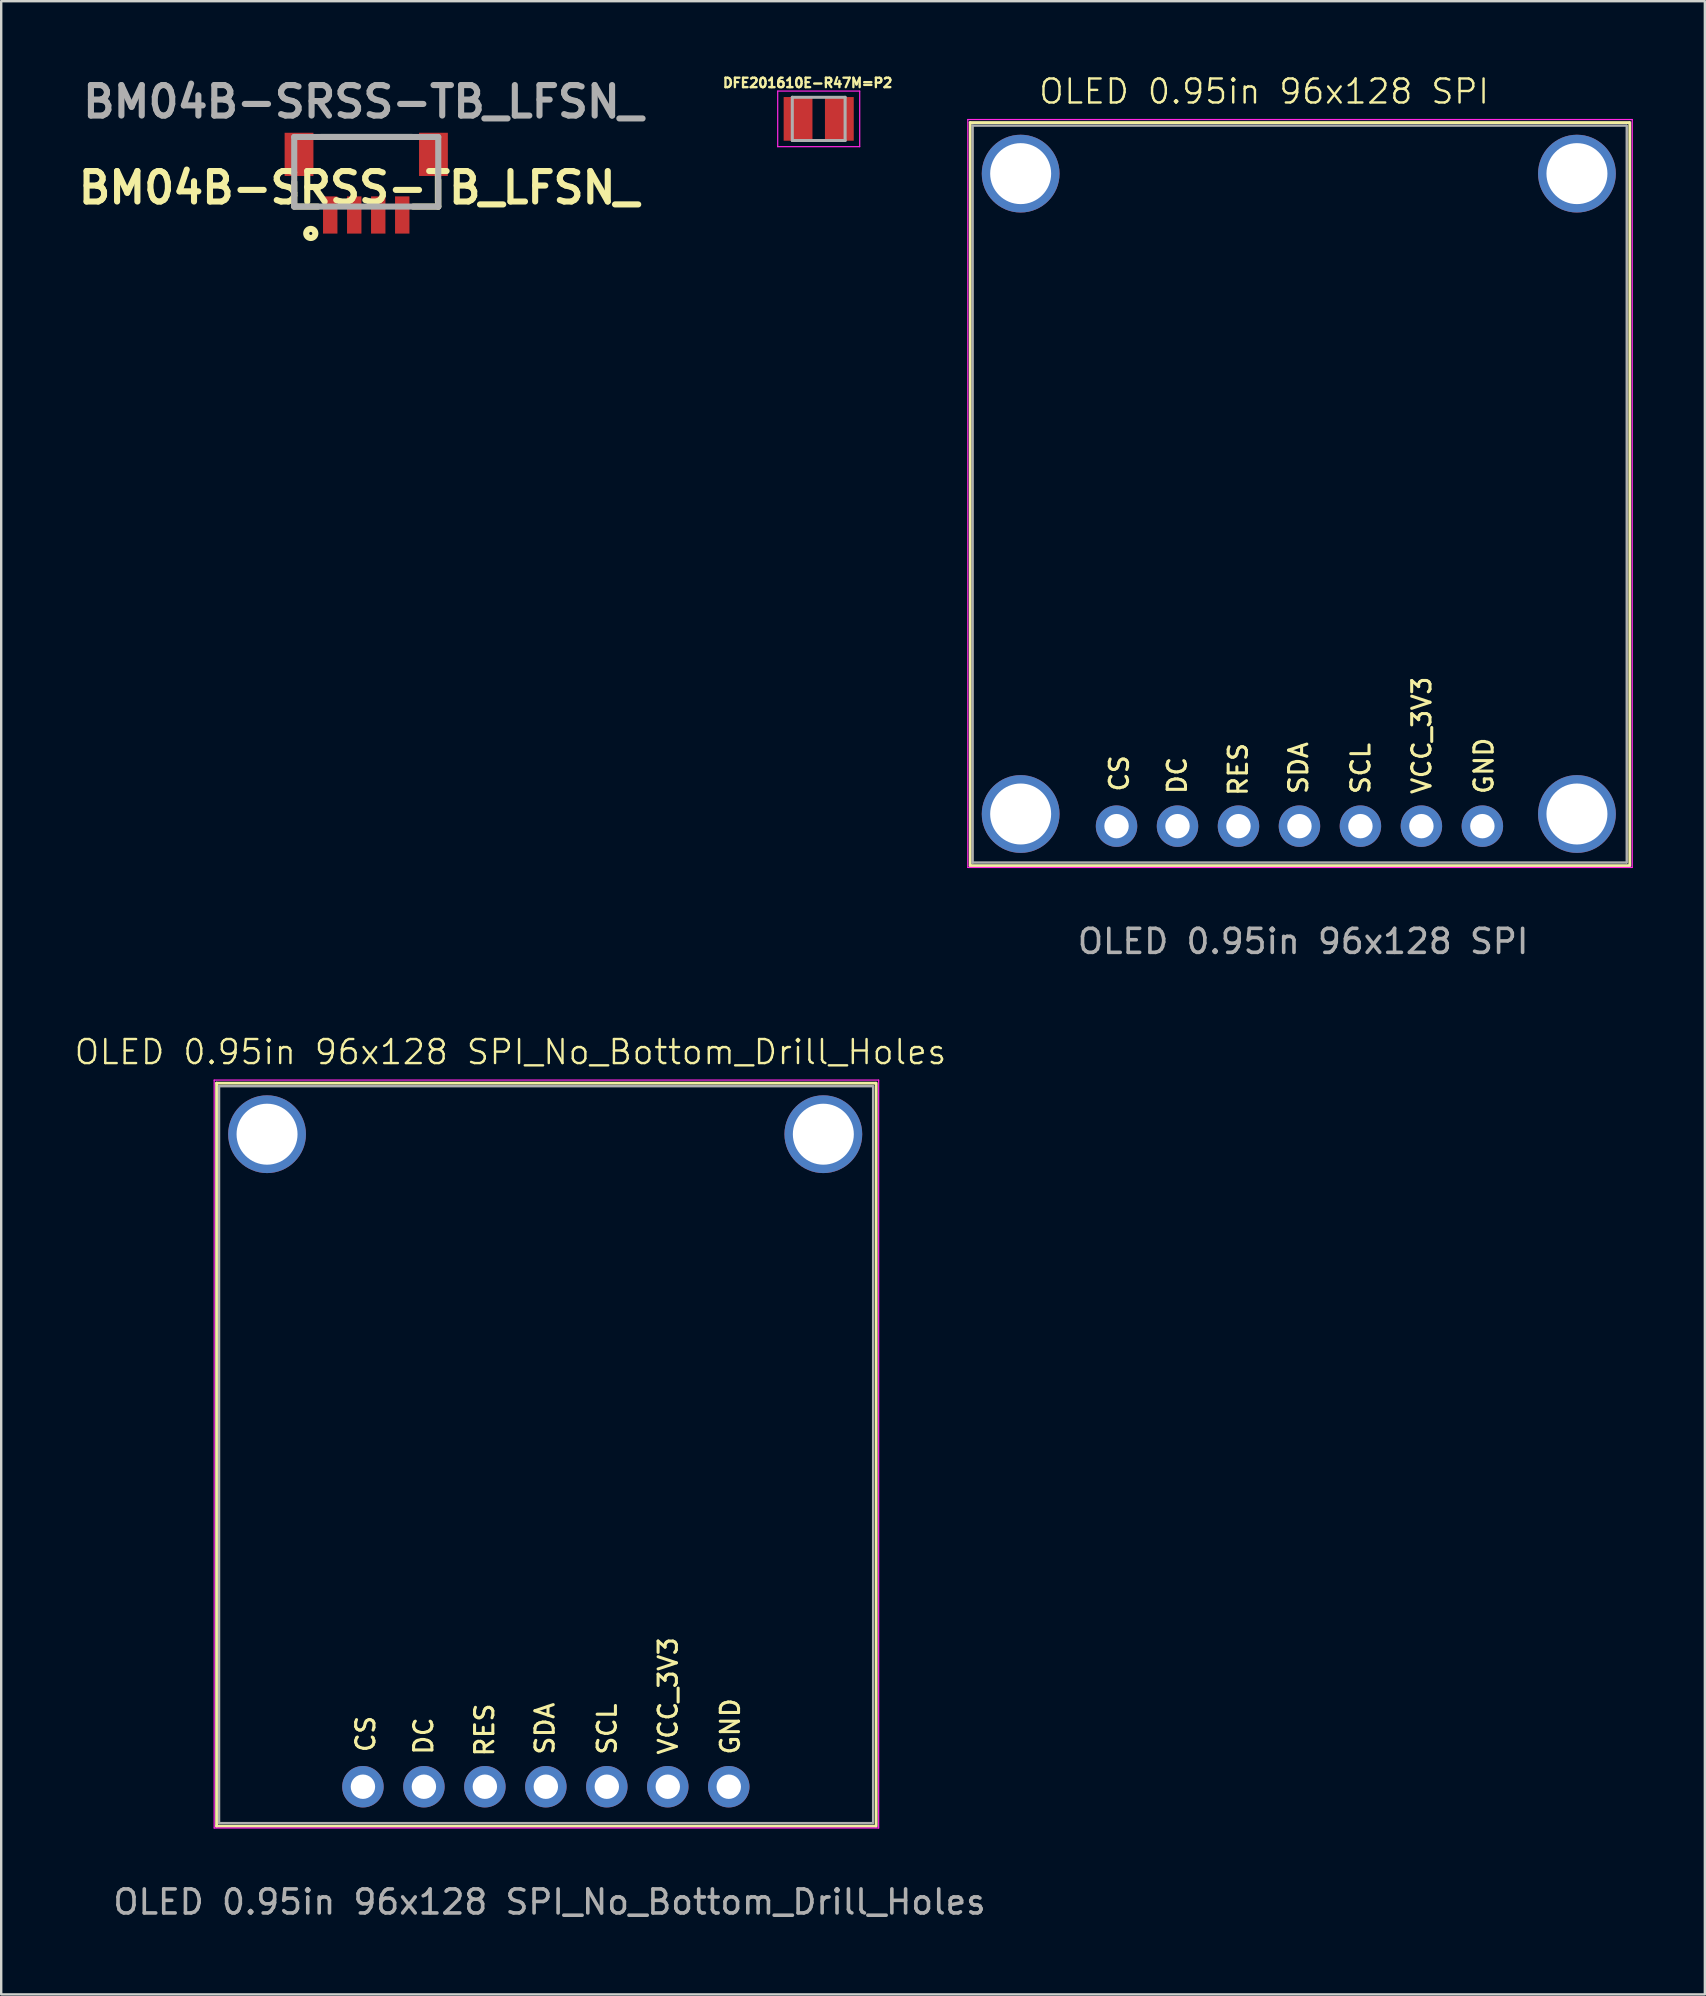
<source format=kicad_pcb>
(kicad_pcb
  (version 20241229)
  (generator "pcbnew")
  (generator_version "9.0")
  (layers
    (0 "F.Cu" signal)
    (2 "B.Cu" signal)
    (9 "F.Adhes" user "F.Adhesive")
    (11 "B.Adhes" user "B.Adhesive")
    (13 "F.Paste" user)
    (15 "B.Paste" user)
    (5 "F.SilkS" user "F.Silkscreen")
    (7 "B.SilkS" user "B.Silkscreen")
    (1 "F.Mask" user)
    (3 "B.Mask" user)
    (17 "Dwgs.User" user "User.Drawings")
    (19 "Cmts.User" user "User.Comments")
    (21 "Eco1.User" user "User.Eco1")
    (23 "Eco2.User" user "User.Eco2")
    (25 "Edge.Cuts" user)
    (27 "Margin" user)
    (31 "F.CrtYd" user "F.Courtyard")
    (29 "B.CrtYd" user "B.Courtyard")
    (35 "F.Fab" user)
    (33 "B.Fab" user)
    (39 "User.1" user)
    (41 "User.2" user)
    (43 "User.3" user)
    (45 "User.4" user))
  (footprint "BM04B-SRSS-TB_LFSN_"
    (layer "F.Cu")
    (at 9.207 5.456)
    (property "Reference" "BM04B-SRSS-TB_LFSN_" (at 2.689 -0.686 0) (layer "F.SilkS") (effects (font (size 1.27 1.27) (thickness 0.254))))
    (attr smd)
    (fp_line (start 0 0) (end 0 -0.928) (stroke (width 0.254) (type solid)) (layer "F.SilkS"))
    (fp_line (start 0 0.1) (end 0.987 0.1) (stroke (width 0.254) (type solid)) (layer "F.SilkS"))
    (fp_line (start 1.113 -2.8) (end 4.901 -2.8) (stroke (width 0.254) (type solid)) (layer "F.SilkS"))
    (fp_line (start 6 0.1) (end 4.955 0.1) (stroke (width 0.254) (type solid)) (layer "F.SilkS"))
    (fp_line (start 6 0.1) (end 6 -1.009) (stroke (width 0.254) (type solid)) (layer "F.SilkS"))
    (fp_circle (center 0.689 1.219) (end 0.689 1.282) (stroke (width 0.254) (type solid)) (fill no) (layer "F.SilkS"))
    (fp_line (start 0 -2.8) (end 6 -2.8) (stroke (width 0.254) (type solid)) (layer "F.Fab"))
    (fp_line (start 0 0.1) (end 0 -2.8) (stroke (width 0.254) (type solid)) (layer "F.Fab"))
    (fp_line (start 6 -2.8) (end 6 0.1) (stroke (width 0.254) (type solid)) (layer "F.Fab"))
    (fp_line (start 6 0.1) (end 0 0.1) (stroke (width 0.254) (type solid)) (layer "F.Fab"))
    (fp_text user "${REFERENCE}" (at 2.87 -4.267 0) (layer "F.Fab") (effects (font (size 1.27 1.27) (thickness 0.254))))
    (pad "1" smd rect (at 1.5 0.45) (size 0.6 1.55) (layers "F.Cu" "F.Mask" "F.Paste"))
    (pad "2" smd rect (at 2.5 0.45) (size 0.6 1.55) (layers "F.Cu" "F.Mask" "F.Paste"))
    (pad "3" smd rect (at 3.5 0.45) (size 0.6 1.55) (layers "F.Cu" "F.Mask" "F.Paste"))
    (pad "4" smd rect (at 4.5 0.45) (size 0.6 1.55) (layers "F.Cu" "F.Mask" "F.Paste"))
    (pad "5" smd rect (at 0.2 -2.075) (size 1.2 1.8) (layers "F.Cu" "F.Mask" "F.Paste"))
    (pad "6" smd rect (at 5.8 -2.075) (size 1.2 1.8) (layers "F.Cu" "F.Mask" "F.Paste")))
  (footprint "OLED 0.95in 96x128 SPI_No_Bottom_Drill_Holes"
    (layer "F.Cu")
    (at 6.075 42.199)
    (property "Reference" "OLED 0.95in 96x128 SPI_No_Bottom_Drill_Holes" (at 12.141 -1.422 0) (unlocked yes) (layer "F.SilkS") (effects (font (size 1 1) (thickness 0.1))))
    (attr through_hole)
    (fp_line (start -0.102 -0.127) (end -0.102 30.827) (stroke (width 0.12) (type solid)) (layer "F.SilkS"))
    (fp_line (start 27.351 -0.127) (end -0.102 -0.127) (stroke (width 0.12) (type solid)) (layer "F.SilkS"))
    (fp_line (start 27.351 30.827) (end -0.102 30.827) (stroke (width 0.12) (type solid)) (layer "F.SilkS"))
    (fp_line (start 27.376 30.827) (end 27.376 -0.127) (stroke (width 0.12) (type solid)) (layer "F.SilkS"))
    (fp_line (start -0.203 -0.254) (end -0.203 30.903) (stroke (width 0.05) (type solid)) (layer "F.CrtYd"))
    (fp_line (start 27.478 -0.254) (end -0.203 -0.254) (stroke (width 0.05) (type solid)) (layer "F.CrtYd"))
    (fp_line (start 27.478 30.903) (end -0.203 30.903) (stroke (width 0.05) (type solid)) (layer "F.CrtYd"))
    (fp_line (start 27.478 30.903) (end 27.478 -0.254) (stroke (width 0.05) (type solid)) (layer "F.CrtYd"))
    (fp_line (start 0 30.7) (end 0 0) (stroke (width 0.1) (type solid)) (layer "F.Fab"))
    (fp_line (start 27.224 0) (end 0 0) (stroke (width 0.1) (type solid)) (layer "F.Fab"))
    (fp_line (start 27.224 30.7) (end 0 30.7) (stroke (width 0.1) (type solid)) (layer "F.Fab"))
    (fp_line (start 27.249 0) (end 27.249 30.7) (stroke (width 0.1) (type solid)) (layer "F.Fab"))
    (fp_text user "RES" (at 11.506 27.991 90) (unlocked yes) (layer "F.SilkS") (effects (font (size 0.762 0.762) (thickness 0.127) (bold yes)) (justify left bottom)))
    (fp_text user "VCC_3V3" (at 19.152 27.915 90) (unlocked yes) (layer "F.SilkS") (effects (font (size 0.762 0.762) (thickness 0.127) (bold yes)) (justify left bottom)))
    (fp_text user "CS" (at 6.553 27.813 90) (unlocked yes) (layer "F.SilkS") (effects (font (size 0.762 0.762) (thickness 0.127) (bold yes)) (justify left bottom)))
    (fp_text user "SDA" (at 14.021 27.915 90) (unlocked yes) (layer "F.SilkS") (effects (font (size 0.762 0.762) (thickness 0.127) (bold yes)) (justify left bottom)))
    (fp_text user "SCL" (at 16.612 27.915 90) (unlocked yes) (layer "F.SilkS") (effects (font (size 0.762 0.762) (thickness 0.127) (bold yes)) (justify left bottom)))
    (fp_text user "GND" (at 21.742 27.915 90) (unlocked yes) (layer "F.SilkS") (effects (font (size 0.762 0.762) (thickness 0.127) (bold yes)) (justify left bottom)))
    (fp_text user "DC" (at 8.966 27.915 90) (unlocked yes) (layer "F.SilkS") (effects (font (size 0.762 0.762) (thickness 0.127) (bold yes)) (justify left bottom)))
    (fp_text user "${REFERENCE}" (at 13.767 33.985 0) (unlocked yes) (layer "F.Fab") (effects (font (size 1 1) (thickness 0.15))))
    (pad "" np_thru_hole circle (at 2 2 270) (size 3.24 3.24) (drill 2.54) (layers "*.Cu" "*.Mask"))
    (pad "" np_thru_hole circle (at 25.174 2 270) (size 3.24 3.24) (drill 2.54) (layers "*.Cu" "*.Mask"))
    (pad "1" thru_hole oval (at 5.994 29.183) (size 1.727 1.727) (drill 1.016) (layers "*.Cu" "*.Mask"))
    (pad "2" thru_hole oval (at 8.534 29.183) (size 1.727 1.727) (drill 1.016) (layers "*.Cu" "*.Mask"))
    (pad "3" thru_hole oval (at 11.074 29.183) (size 1.727 1.727) (drill 1.016) (layers "*.Cu" "*.Mask"))
    (pad "4" thru_hole oval (at 13.614 29.183) (size 1.727 1.727) (drill 1.016) (layers "*.Cu" "*.Mask"))
    (pad "5" thru_hole oval (at 16.154 29.183) (size 1.727 1.727) (drill 1.016) (layers "*.Cu" "*.Mask"))
    (pad "6" thru_hole oval (at 18.694 29.183) (size 1.727 1.727) (drill 1.016) (layers "*.Cu" "*.Mask"))
    (pad "7" thru_hole oval (at 21.234 29.183) (size 1.727 1.727) (drill 1.016) (layers "*.Cu" "*.Mask")))
  (footprint "DFE201610E-R47M=P2"
    (layer "F.Cu")
    (at 31.056 1.903)
    (property "Reference" "DFE201610E-R47M=P2" (at -0.46 -1.5 0) (layer "F.SilkS") (effects (font (size 0.394 0.394) (thickness 0.098))))
    (attr smd)
    (fp_line (start -1.708 -1.158) (end 1.708 -1.158) (stroke (width 0.05) (type solid)) (layer "F.CrtYd"))
    (fp_line (start -1.708 1.158) (end -1.708 -1.158) (stroke (width 0.05) (type solid)) (layer "F.CrtYd"))
    (fp_line (start -1.708 1.158) (end 1.708 1.158) (stroke (width 0.05) (type solid)) (layer "F.CrtYd"))
    (fp_line (start 1.708 1.158) (end 1.708 -1.158) (stroke (width 0.05) (type solid)) (layer "F.CrtYd"))
    (fp_line (start -1.1 0.9) (end -1.1 -0.9) (stroke (width 0.127) (type solid)) (layer "F.Fab"))
    (fp_line (start 1.1 -0.9) (end -1.1 -0.9) (stroke (width 0.127) (type solid)) (layer "F.Fab"))
    (fp_line (start 1.1 0.9) (end -1.1 0.9) (stroke (width 0.127) (type solid)) (layer "F.Fab"))
    (fp_line (start 1.1 0.9) (end 1.1 -0.9) (stroke (width 0.127) (type solid)) (layer "F.Fab"))
    (pad "1" smd rect (at -0.86 0) (size 1.2 1.82) (layers "F.Cu" "F.Mask" "F.Paste"))
    (pad "2" smd rect (at 0.86 0) (size 1.2 1.82) (layers "F.Cu" "F.Mask" "F.Paste")))
  (footprint "OLED 0.95in 96x128 SPI"
    (layer "F.Cu")
    (at 37.469 2.183)
    (property "Reference" "OLED 0.95in 96x128 SPI" (at 12.141 -1.422 0) (unlocked yes) (layer "F.SilkS") (effects (font (size 1 1) (thickness 0.1))))
    (attr through_hole)
    (fp_line (start -0.102 -0.127) (end -0.102 30.827) (stroke (width 0.12) (type solid)) (layer "F.SilkS"))
    (fp_line (start 27.351 -0.127) (end -0.102 -0.127) (stroke (width 0.12) (type solid)) (layer "F.SilkS"))
    (fp_line (start 27.351 30.827) (end -0.102 30.827) (stroke (width 0.12) (type solid)) (layer "F.SilkS"))
    (fp_line (start 27.376 30.827) (end 27.376 -0.127) (stroke (width 0.12) (type solid)) (layer "F.SilkS"))
    (fp_line (start -0.203 -0.254) (end -0.203 30.903) (stroke (width 0.05) (type solid)) (layer "F.CrtYd"))
    (fp_line (start 27.478 -0.254) (end -0.203 -0.254) (stroke (width 0.05) (type solid)) (layer "F.CrtYd"))
    (fp_line (start 27.478 30.903) (end -0.203 30.903) (stroke (width 0.05) (type solid)) (layer "F.CrtYd"))
    (fp_line (start 27.478 30.903) (end 27.478 -0.254) (stroke (width 0.05) (type solid)) (layer "F.CrtYd"))
    (fp_line (start 0 30.7) (end 0 0) (stroke (width 0.1) (type solid)) (layer "F.Fab"))
    (fp_line (start 27.224 0) (end 0 0) (stroke (width 0.1) (type solid)) (layer "F.Fab"))
    (fp_line (start 27.224 30.7) (end 0 30.7) (stroke (width 0.1) (type solid)) (layer "F.Fab"))
    (fp_line (start 27.249 0) (end 27.249 30.7) (stroke (width 0.1) (type solid)) (layer "F.Fab"))
    (fp_text user "CS" (at 6.553 27.813 90) (unlocked yes) (layer "F.SilkS") (effects (font (size 0.762 0.762) (thickness 0.127) (bold yes)) (justify left bottom)))
    (fp_text user "VCC_3V3" (at 19.152 27.915 90) (unlocked yes) (layer "F.SilkS") (effects (font (size 0.762 0.762) (thickness 0.127) (bold yes)) (justify left bottom)))
    (fp_text user "SDA" (at 14.021 27.915 90) (unlocked yes) (layer "F.SilkS") (effects (font (size 0.762 0.762) (thickness 0.127) (bold yes)) (justify left bottom)))
    (fp_text user "GND" (at 21.742 27.915 90) (unlocked yes) (layer "F.SilkS") (effects (font (size 0.762 0.762) (thickness 0.127) (bold yes)) (justify left bottom)))
    (fp_text user "SCL" (at 16.612 27.915 90) (unlocked yes) (layer "F.SilkS") (effects (font (size 0.762 0.762) (thickness 0.127) (bold yes)) (justify left bottom)))
    (fp_text user "RES" (at 11.506 27.991 90) (unlocked yes) (layer "F.SilkS") (effects (font (size 0.762 0.762) (thickness 0.127) (bold yes)) (justify left bottom)))
    (fp_text user "DC" (at 8.966 27.915 90) (unlocked yes) (layer "F.SilkS") (effects (font (size 0.762 0.762) (thickness 0.127) (bold yes)) (justify left bottom)))
    (fp_text user "${REFERENCE}" (at 13.767 33.985 0) (unlocked yes) (layer "F.Fab") (effects (font (size 1 1) (thickness 0.15))))
    (pad "" np_thru_hole circle (at 2 2 270) (size 3.24 3.24) (drill 2.54) (layers "*.Cu" "*.Mask"))
    (pad "" np_thru_hole circle (at 2 28.677 270) (size 3.24 3.24) (drill 2.54) (layers "*.Cu" "*.Mask"))
    (pad "" np_thru_hole circle (at 25.174 2 270) (size 3.24 3.24) (drill 2.54) (layers "*.Cu" "*.Mask"))
    (pad "" np_thru_hole circle (at 25.174 28.677 270) (size 3.24 3.24) (drill 2.54) (layers "*.Cu" "*.Mask"))
    (pad "1" thru_hole oval (at 5.994 29.183) (size 1.727 1.727) (drill 1.016) (layers "*.Cu" "*.Mask"))
    (pad "2" thru_hole oval (at 8.534 29.183) (size 1.727 1.727) (drill 1.016) (layers "*.Cu" "*.Mask"))
    (pad "3" thru_hole oval (at 11.074 29.183) (size 1.727 1.727) (drill 1.016) (layers "*.Cu" "*.Mask"))
    (pad "4" thru_hole oval (at 13.614 29.183) (size 1.727 1.727) (drill 1.016) (layers "*.Cu" "*.Mask"))
    (pad "5" thru_hole oval (at 16.154 29.183) (size 1.727 1.727) (drill 1.016) (layers "*.Cu" "*.Mask"))
    (pad "6" thru_hole oval (at 18.694 29.183) (size 1.727 1.727) (drill 1.016) (layers "*.Cu" "*.Mask"))
    (pad "7" thru_hole oval (at 21.234 29.183) (size 1.727 1.727) (drill 1.016) (layers "*.Cu" "*.Mask")))
  (gr_rect
    (start -3 -3)
    (end 67.972 80.033)
    (stroke (width 0.1) (type default))
    (fill no)
    (layer "Edge.Cuts")))
</source>
